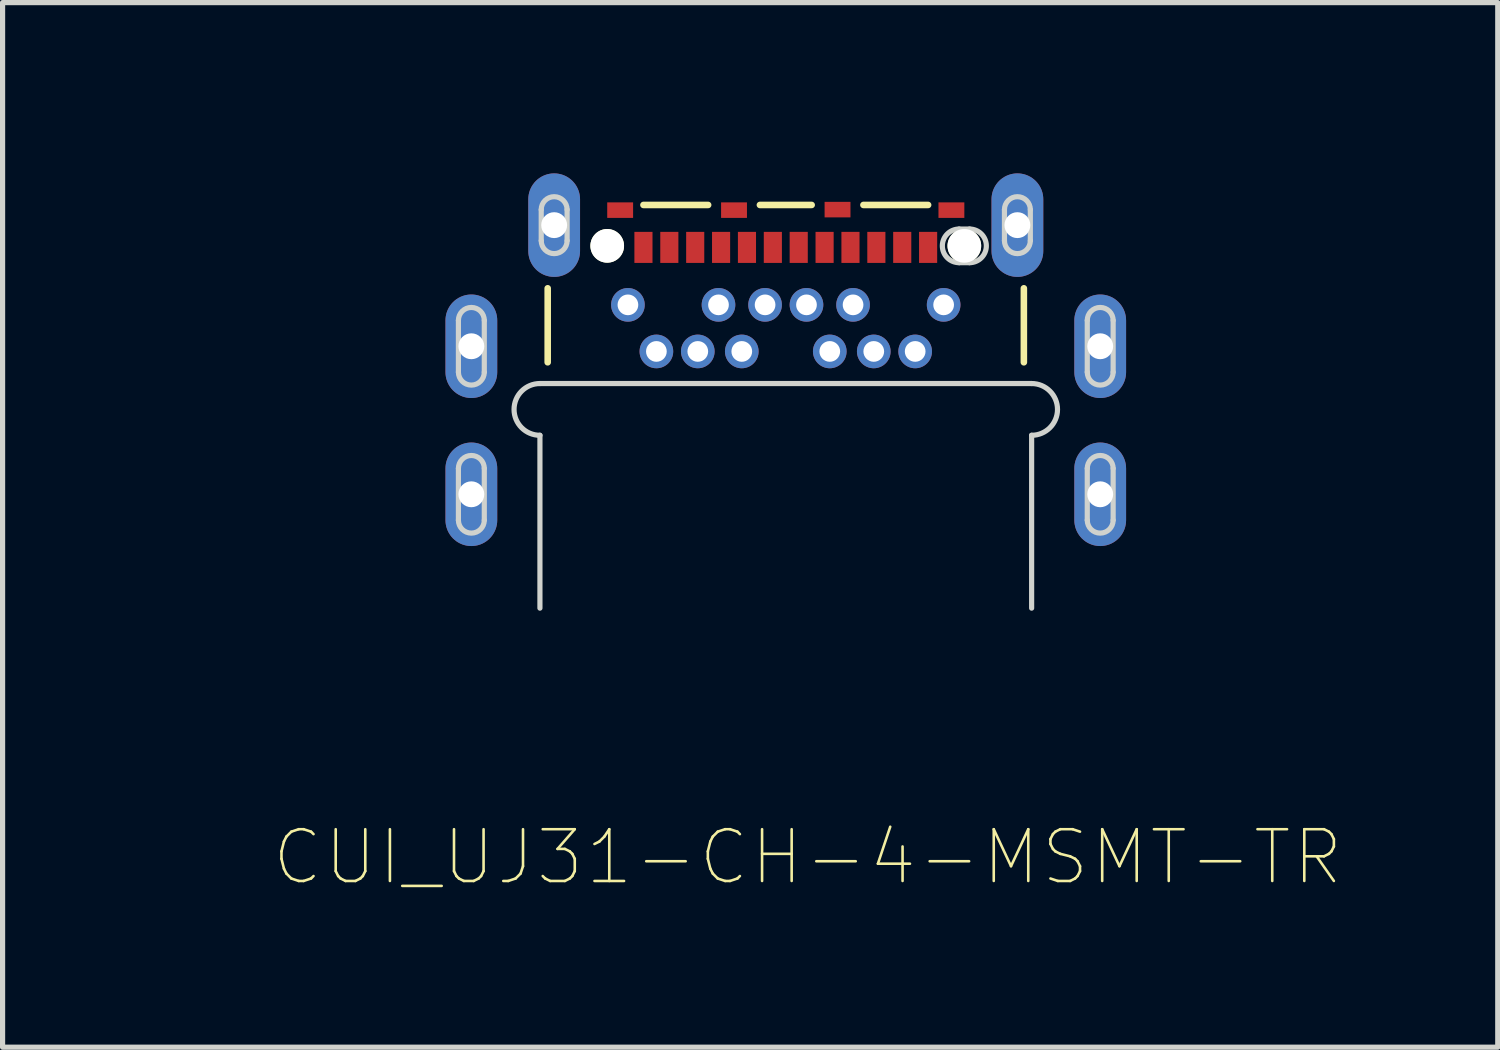
<source format=kicad_pcb>
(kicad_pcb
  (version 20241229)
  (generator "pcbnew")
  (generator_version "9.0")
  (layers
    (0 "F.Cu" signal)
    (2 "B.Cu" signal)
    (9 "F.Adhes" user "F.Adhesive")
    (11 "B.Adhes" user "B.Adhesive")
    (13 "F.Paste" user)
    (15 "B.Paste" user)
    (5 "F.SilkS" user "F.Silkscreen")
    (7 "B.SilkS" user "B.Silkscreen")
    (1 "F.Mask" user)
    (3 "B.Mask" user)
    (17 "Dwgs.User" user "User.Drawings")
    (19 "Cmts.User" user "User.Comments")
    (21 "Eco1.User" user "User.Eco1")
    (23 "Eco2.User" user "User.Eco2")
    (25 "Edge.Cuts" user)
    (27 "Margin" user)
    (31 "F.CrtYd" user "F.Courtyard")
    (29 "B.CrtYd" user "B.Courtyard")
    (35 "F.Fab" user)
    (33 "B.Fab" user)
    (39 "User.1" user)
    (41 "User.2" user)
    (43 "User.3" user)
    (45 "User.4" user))
  (footprint "CUI_UJ31-CH-4-MSMT-TR"
    (layer "F.Cu")
    (at 11.856 3.841)
    (property "Reference" "CUI_UJ31-CH-4-MSMT-TR" (at 0.699 9.67 0) (layer "F.SilkS") (effects (font (size 1 1) (thickness 0.05))))
    (attr through_hole)
    (fp_poly (pts (xy 3.576 -2.566) (xy 3.876 -2.566) (xy 3.898 -2.566) (xy 3.943 -2.561) (xy 3.986 -2.552) (xy 4.029 -2.538) (xy 4.069 -2.52) (xy 4.108 -2.498) (xy 4.144 -2.471) (xy 4.177 -2.442) (xy 4.207 -2.409) (xy 4.233 -2.373) (xy 4.255 -2.334) (xy 4.273 -2.293) (xy 4.287 -2.251) (xy 4.296 -2.207) (xy 4.301 -2.163) (xy 4.301 -2.118) (xy 4.296 -2.074) (xy 4.287 -2.031) (xy 4.273 -1.988) (xy 4.255 -1.948) (xy 4.233 -1.909) (xy 4.207 -1.873) (xy 4.177 -1.84) (xy 4.144 -1.81) (xy 4.108 -1.784) (xy 4.069 -1.762) (xy 4.029 -1.743) (xy 3.986 -1.73) (xy 3.943 -1.72) (xy 3.898 -1.716) (xy 3.876 -1.716) (xy 3.576 -1.716) (xy 3.554 -1.716) (xy 3.509 -1.72) (xy 3.466 -1.73) (xy 3.424 -1.743) (xy 3.383 -1.762) (xy 3.344 -1.784) (xy 3.308 -1.81) (xy 3.275 -1.84) (xy 3.245 -1.873) (xy 3.219 -1.909) (xy 3.197 -1.948) (xy 3.179 -1.988) (xy 3.165 -2.031) (xy 3.156 -2.074) (xy 3.151 -2.118) (xy 3.151 -2.163) (xy 3.156 -2.207) (xy 3.165 -2.251) (xy 3.179 -2.293) (xy 3.197 -2.334) (xy 3.219 -2.373) (xy 3.245 -2.409) (xy 3.275 -2.442) (xy 3.308 -2.471) (xy 3.344 -2.498) (xy 3.383 -2.52) (xy 3.424 -2.538) (xy 3.466 -2.552) (xy 3.509 -2.561) (xy 3.554 -2.566)) (stroke (width 0.05) (type solid)) (fill yes) (layer "F.Mask"))
    (fp_poly (pts (xy -4.574 4.859) (xy -4.574 1.619) (xy -4.603 1.615) (xy -4.659 1.602) (xy -4.714 1.583) (xy -4.766 1.559) (xy -4.816 1.53) (xy -4.864 1.497) (xy -4.907 1.459) (xy -4.947 1.417) (xy -4.983 1.372) (xy -5.015 1.323) (xy -5.041 1.272) (xy -5.063 1.218) (xy -5.079 1.163) (xy -5.09 1.106) (xy -5.096 1.048) (xy -5.096 0.99) (xy -5.09 0.933) (xy -5.079 0.876) (xy -5.063 0.82) (xy -5.041 0.767) (xy -5.015 0.715) (xy -4.983 0.667) (xy -4.947 0.621) (xy -4.907 0.58) (xy -4.864 0.542) (xy -4.816 0.508) (xy -4.766 0.479) (xy -4.714 0.456) (xy -4.659 0.437) (xy -4.603 0.423) (xy -4.574 0.419) (xy 5.126 0.419) (xy 5.155 0.423) (xy 5.211 0.437) (xy 5.266 0.456) (xy 5.318 0.479) (xy 5.369 0.508) (xy 5.416 0.542) (xy 5.46 0.579) (xy 5.5 0.621) (xy 5.535 0.667) (xy 5.567 0.715) (xy 5.593 0.767) (xy 5.615 0.82) (xy 5.631 0.876) (xy 5.642 0.933) (xy 5.648 0.99) (xy 5.648 1.048) (xy 5.642 1.106) (xy 5.631 1.163) (xy 5.615 1.218) (xy 5.593 1.272) (xy 5.567 1.323) (xy 5.535 1.372) (xy 5.5 1.417) (xy 5.46 1.459) (xy 5.416 1.497) (xy 5.369 1.53) (xy 5.318 1.559) (xy 5.266 1.583) (xy 5.211 1.602) (xy 5.155 1.615) (xy 5.126 1.619) (xy 5.126 4.859)) (stroke (width 0.05) (type solid)) (fill yes) (layer "F.Mask"))
    (fp_poly (pts (xy 3.576 -2.566) (xy 3.876 -2.566) (xy 3.898 -2.566) (xy 3.943 -2.561) (xy 3.986 -2.552) (xy 4.029 -2.538) (xy 4.069 -2.52) (xy 4.108 -2.498) (xy 4.144 -2.471) (xy 4.177 -2.442) (xy 4.207 -2.409) (xy 4.233 -2.373) (xy 4.255 -2.334) (xy 4.273 -2.293) (xy 4.287 -2.251) (xy 4.296 -2.207) (xy 4.301 -2.163) (xy 4.301 -2.118) (xy 4.296 -2.074) (xy 4.287 -2.031) (xy 4.273 -1.988) (xy 4.255 -1.948) (xy 4.233 -1.909) (xy 4.207 -1.873) (xy 4.177 -1.84) (xy 4.144 -1.81) (xy 4.108 -1.784) (xy 4.069 -1.762) (xy 4.029 -1.743) (xy 3.986 -1.73) (xy 3.943 -1.72) (xy 3.898 -1.716) (xy 3.876 -1.716) (xy 3.576 -1.716) (xy 3.554 -1.716) (xy 3.509 -1.72) (xy 3.466 -1.73) (xy 3.424 -1.743) (xy 3.383 -1.762) (xy 3.344 -1.784) (xy 3.308 -1.81) (xy 3.275 -1.84) (xy 3.245 -1.873) (xy 3.219 -1.909) (xy 3.197 -1.948) (xy 3.179 -1.988) (xy 3.165 -2.031) (xy 3.156 -2.074) (xy 3.151 -2.118) (xy 3.151 -2.163) (xy 3.156 -2.207) (xy 3.165 -2.251) (xy 3.179 -2.293) (xy 3.197 -2.334) (xy 3.219 -2.373) (xy 3.245 -2.409) (xy 3.275 -2.442) (xy 3.308 -2.471) (xy 3.344 -2.498) (xy 3.383 -2.52) (xy 3.424 -2.538) (xy 3.466 -2.552) (xy 3.509 -2.561) (xy 3.554 -2.566)) (stroke (width 0.05) (type solid)) (fill yes) (layer "B.Mask"))
    (fp_poly (pts (xy -4.574 4.859) (xy -4.574 1.619) (xy -4.603 1.615) (xy -4.659 1.602) (xy -4.714 1.583) (xy -4.766 1.559) (xy -4.816 1.53) (xy -4.864 1.497) (xy -4.907 1.459) (xy -4.947 1.417) (xy -4.983 1.372) (xy -5.015 1.323) (xy -5.041 1.272) (xy -5.063 1.218) (xy -5.079 1.163) (xy -5.09 1.106) (xy -5.096 1.048) (xy -5.096 0.99) (xy -5.09 0.933) (xy -5.079 0.876) (xy -5.063 0.82) (xy -5.041 0.767) (xy -5.015 0.715) (xy -4.983 0.667) (xy -4.947 0.621) (xy -4.907 0.58) (xy -4.864 0.542) (xy -4.816 0.508) (xy -4.766 0.479) (xy -4.714 0.456) (xy -4.659 0.437) (xy -4.603 0.423) (xy -4.574 0.419) (xy 5.126 0.419) (xy 5.155 0.423) (xy 5.211 0.437) (xy 5.266 0.456) (xy 5.318 0.479) (xy 5.369 0.508) (xy 5.416 0.542) (xy 5.46 0.579) (xy 5.5 0.621) (xy 5.535 0.667) (xy 5.567 0.715) (xy 5.593 0.767) (xy 5.615 0.82) (xy 5.631 0.876) (xy 5.642 0.933) (xy 5.648 0.99) (xy 5.648 1.048) (xy 5.642 1.106) (xy 5.631 1.163) (xy 5.615 1.218) (xy 5.593 1.272) (xy 5.567 1.323) (xy 5.535 1.372) (xy 5.5 1.417) (xy 5.46 1.459) (xy 5.416 1.497) (xy 5.369 1.53) (xy 5.318 1.559) (xy 5.266 1.583) (xy 5.211 1.602) (xy 5.155 1.615) (xy 5.126 1.619) (xy 5.126 4.859)) (stroke (width 0.05) (type solid)) (fill yes) (layer "B.Mask"))
    (fp_line (start -4.324 0.109) (end -4.324 -1.321) (stroke (width 0.127) (type solid)) (layer "F.SilkS"))
    (fp_line (start -2.474 -2.931) (end -1.224 -2.931) (stroke (width 0.127) (type solid)) (layer "F.SilkS"))
    (fp_line (start -0.224 -2.931) (end 0.776 -2.931) (stroke (width 0.127) (type solid)) (layer "F.SilkS"))
    (fp_line (start 1.776 -2.931) (end 3.026 -2.931) (stroke (width 0.127) (type solid)) (layer "F.SilkS"))
    (fp_line (start 4.876 -1.321) (end 4.876 0.109) (stroke (width 0.127) (type solid)) (layer "F.SilkS"))
    (fp_line (start -6.549 -1.391) (end -4.974 -1.391) (stroke (width 0.05) (type solid)) (layer "Eco1.User"))
    (fp_line (start -6.549 3.859) (end -6.549 -1.391) (stroke (width 0.05) (type solid)) (layer "Eco1.User"))
    (fp_line (start -4.974 -3.816) (end -3.474 -3.816) (stroke (width 0.05) (type solid)) (layer "Eco1.User"))
    (fp_line (start -4.974 -1.391) (end -4.974 -3.816) (stroke (width 0.05) (type solid)) (layer "Eco1.User"))
    (fp_line (start -4.824 3.859) (end -6.549 3.859) (stroke (width 0.05) (type solid)) (layer "Eco1.User"))
    (fp_line (start -4.824 5.109) (end -4.824 3.859) (stroke (width 0.05) (type solid)) (layer "Eco1.User"))
    (fp_line (start -3.474 -3.816) (end -3.474 -3.181) (stroke (width 0.05) (type solid)) (layer "Eco1.User"))
    (fp_line (start -3.474 -3.181) (end 4.026 -3.181) (stroke (width 0.05) (type solid)) (layer "Eco1.User"))
    (fp_line (start 4.026 -3.816) (end 5.526 -3.816) (stroke (width 0.05) (type solid)) (layer "Eco1.User"))
    (fp_line (start 4.026 -3.181) (end 4.026 -3.816) (stroke (width 0.05) (type solid)) (layer "Eco1.User"))
    (fp_line (start 5.376 3.859) (end 5.376 5.109) (stroke (width 0.05) (type solid)) (layer "Eco1.User"))
    (fp_line (start 5.376 5.109) (end -4.824 5.109) (stroke (width 0.05) (type solid)) (layer "Eco1.User"))
    (fp_line (start 5.526 -3.816) (end 5.526 -1.391) (stroke (width 0.05) (type solid)) (layer "Eco1.User"))
    (fp_line (start 5.526 -1.391) (end 7.101 -1.391) (stroke (width 0.05) (type solid)) (layer "Eco1.User"))
    (fp_line (start 7.101 -1.391) (end 7.101 3.859) (stroke (width 0.05) (type solid)) (layer "Eco1.User"))
    (fp_line (start 7.101 3.859) (end 5.376 3.859) (stroke (width 0.05) (type solid)) (layer "Eco1.User"))
    (fp_line (start -4.474 0.519) (end 5.026 0.519) (stroke (width 0.127) (type solid)) (layer "Eco2.User"))
    (fp_line (start -4.474 1.519) (end -4.474 4.859) (stroke (width 0.127) (type solid)) (layer "Eco2.User"))
    (fp_line (start -4.474 4.859) (end -6.474 4.859) (stroke (width 0.127) (type solid)) (layer "Eco2.User"))
    (fp_line (start -4.324 -2.931) (end -4.324 6.939) (stroke (width 0.127) (type solid)) (layer "Eco2.User"))
    (fp_line (start -4.324 -2.931) (end 4.876 -2.931) (stroke (width 0.127) (type solid)) (layer "Eco2.User"))
    (fp_line (start -4.324 6.939) (end 4.876 6.939) (stroke (width 0.127) (type solid)) (layer "Eco2.User"))
    (fp_line (start 4.876 -2.931) (end 4.876 6.939) (stroke (width 0.127) (type solid)) (layer "Eco2.User"))
    (fp_line (start 5.026 1.519) (end 5.026 4.859) (stroke (width 0.127) (type solid)) (layer "Eco2.User"))
    (fp_line (start 5.026 4.859) (end 7.026 4.859) (stroke (width 0.127) (type solid)) (layer "Eco2.User"))
    (fp_arc (start -4.47396 1.51926) (mid -4.97396 1.01926) (end -4.47396 0.51926) (stroke (width 0.127) (type solid)) (layer "Eco2.User"))
    (fp_arc (start 5.02604 0.51926) (mid 5.52604 1.01926) (end 5.02604 1.51926) (stroke (width 0.127) (type solid)) (layer "Eco2.User"))
    (fp_line (start -6.049 -0.701) (end -6.049 0.299) (stroke (width 0.1) (type solid)) (layer "Edge.Cuts"))
    (fp_line (start -6.049 2.159) (end -6.049 3.159) (stroke (width 0.1) (type solid)) (layer "Edge.Cuts"))
    (fp_line (start -5.549 -0.701) (end -5.549 0.299) (stroke (width 0.1) (type solid)) (layer "Edge.Cuts"))
    (fp_line (start -5.549 2.159) (end -5.549 3.159) (stroke (width 0.1) (type solid)) (layer "Edge.Cuts"))
    (fp_line (start -4.474 0.519) (end 5.026 0.519) (stroke (width 0.1) (type solid)) (layer "Edge.Cuts"))
    (fp_line (start -4.474 1.519) (end -4.474 4.859) (stroke (width 0.1) (type solid)) (layer "Edge.Cuts"))
    (fp_line (start -4.449 -2.841) (end -4.449 -2.241) (stroke (width 0.1) (type solid)) (layer "Edge.Cuts"))
    (fp_line (start -3.949 -2.841) (end -3.949 -2.241) (stroke (width 0.1) (type solid)) (layer "Edge.Cuts"))
    (fp_line (start 3.626 -1.816) (end 3.826 -1.816) (stroke (width 0.1) (type solid)) (layer "Edge.Cuts"))
    (fp_line (start 3.826 -2.466) (end 3.626 -2.466) (stroke (width 0.1) (type solid)) (layer "Edge.Cuts"))
    (fp_line (start 4.501 -2.841) (end 4.501 -2.241) (stroke (width 0.1) (type solid)) (layer "Edge.Cuts"))
    (fp_line (start 5.001 -2.841) (end 5.001 -2.241) (stroke (width 0.1) (type solid)) (layer "Edge.Cuts"))
    (fp_line (start 5.026 1.519) (end 5.026 4.859) (stroke (width 0.1) (type solid)) (layer "Edge.Cuts"))
    (fp_line (start 6.101 -0.701) (end 6.101 0.299) (stroke (width 0.1) (type solid)) (layer "Edge.Cuts"))
    (fp_line (start 6.101 2.159) (end 6.101 3.159) (stroke (width 0.1) (type solid)) (layer "Edge.Cuts"))
    (fp_line (start 6.601 -0.701) (end 6.601 0.299) (stroke (width 0.1) (type solid)) (layer "Edge.Cuts"))
    (fp_line (start 6.601 2.159) (end 6.601 3.159) (stroke (width 0.1) (type solid)) (layer "Edge.Cuts"))
    (fp_arc (start -6.04896 -0.70074) (mid -5.79896 -0.95074) (end -5.54896 -0.70074) (stroke (width 0.1) (type solid)) (layer "Edge.Cuts"))
    (fp_arc (start -6.04896 2.15926) (mid -5.79896 1.90926) (end -5.54896 2.15926) (stroke (width 0.1) (type solid)) (layer "Edge.Cuts"))
    (fp_arc (start -5.54896 0.29926) (mid -5.79896 0.54926) (end -6.04896 0.29926) (stroke (width 0.1) (type solid)) (layer "Edge.Cuts"))
    (fp_arc (start -5.54896 3.15926) (mid -5.79896 3.40926) (end -6.04896 3.15926) (stroke (width 0.1) (type solid)) (layer "Edge.Cuts"))
    (fp_arc (start -4.47396 1.51926) (mid -4.97396 1.01926) (end -4.47396 0.51926) (stroke (width 0.1) (type solid)) (layer "Edge.Cuts"))
    (fp_arc (start -4.44896 -2.84074) (mid -4.19896 -3.09074) (end -3.94896 -2.84074) (stroke (width 0.1) (type solid)) (layer "Edge.Cuts"))
    (fp_arc (start -3.94896 -2.24074) (mid -4.19896 -1.99074) (end -4.44896 -2.24074) (stroke (width 0.1) (type solid)) (layer "Edge.Cuts"))
    (fp_arc (start 3.62604 -1.81574) (mid 3.30104 -2.14074) (end 3.62604 -2.46574) (stroke (width 0.1) (type solid)) (layer "Edge.Cuts"))
    (fp_arc (start 3.82604 -2.46574) (mid 4.15104 -2.14074) (end 3.82604 -1.81574) (stroke (width 0.1) (type solid)) (layer "Edge.Cuts"))
    (fp_arc (start 4.50104 -2.84074) (mid 4.75104 -3.09074) (end 5.00104 -2.84074) (stroke (width 0.1) (type solid)) (layer "Edge.Cuts"))
    (fp_arc (start 5.00104 -2.24074) (mid 4.75104 -1.99074) (end 4.50104 -2.24074) (stroke (width 0.1) (type solid)) (layer "Edge.Cuts"))
    (fp_arc (start 5.02604 0.51926) (mid 5.52604 1.01926) (end 5.02604 1.51926) (stroke (width 0.1) (type solid)) (layer "Edge.Cuts"))
    (fp_arc (start 6.10104 -0.70074) (mid 6.35104 -0.95074) (end 6.60104 -0.70074) (stroke (width 0.1) (type solid)) (layer "Edge.Cuts"))
    (fp_arc (start 6.10104 2.15926) (mid 6.35104 1.90926) (end 6.60104 2.15926) (stroke (width 0.1) (type solid)) (layer "Edge.Cuts"))
    (fp_arc (start 6.60104 0.29926) (mid 6.35104 0.54926) (end 6.10104 0.29926) (stroke (width 0.1) (type solid)) (layer "Edge.Cuts"))
    (fp_arc (start 6.60104 3.15926) (mid 6.35104 3.40926) (end 6.10104 3.15926) (stroke (width 0.1) (type solid)) (layer "Edge.Cuts"))
    (fp_text user "PCB~{EDGE}" (at -8.476 5.612 0) (layer "Edge.Cuts") (effects (font (size 1 1) (thickness 0.05))))
    (fp_text user "PCB~{EDGE}" (at 5.282 5.615 0) (layer "Edge.Cuts") (effects (font (size 1 1) (thickness 0.05))))
    (pad "" np_thru_hole circle (at -3.174 -2.141) (size 0.65 0.65) (drill 0.65) (layers "*.Cu" "*.Mask" "F.SilkS"))
    (pad "" np_thru_hole circle (at 3.726 -2.141) (size 0.65 0.65) (drill 0.65) (layers "*.Cu" "*.Mask" "F.SilkS"))
    (pad "A1" smd rect (at -2.474 -2.111) (size 0.35 0.6) (layers "F.Cu" "F.Mask" "F.Paste"))
    (pad "A2" smd rect (at -1.974 -2.111) (size 0.35 0.6) (layers "F.Cu" "F.Mask" "F.Paste"))
    (pad "A3" smd rect (at -1.474 -2.111) (size 0.35 0.6) (layers "F.Cu" "F.Mask" "F.Paste"))
    (pad "A4" smd rect (at -0.974 -2.111) (size 0.35 0.6) (layers "F.Cu" "F.Mask" "F.Paste"))
    (pad "A5" smd rect (at -0.474 -2.111) (size 0.35 0.6) (layers "F.Cu" "F.Mask" "F.Paste"))
    (pad "A6" smd rect (at 0.026 -2.111) (size 0.35 0.6) (layers "F.Cu" "F.Mask" "F.Paste"))
    (pad "A7" smd rect (at 0.526 -2.111) (size 0.35 0.6) (layers "F.Cu" "F.Mask" "F.Paste"))
    (pad "A8" smd rect (at 1.026 -2.111) (size 0.35 0.6) (layers "F.Cu" "F.Mask" "F.Paste"))
    (pad "A9" smd rect (at 1.526 -2.111) (size 0.35 0.6) (layers "F.Cu" "F.Mask" "F.Paste"))
    (pad "A10" smd rect (at 2.026 -2.111) (size 0.35 0.6) (layers "F.Cu" "F.Mask" "F.Paste"))
    (pad "A11" smd rect (at 2.526 -2.111) (size 0.35 0.6) (layers "F.Cu" "F.Mask" "F.Paste"))
    (pad "A12" smd rect (at 3.026 -2.111) (size 0.35 0.6) (layers "F.Cu" "F.Mask" "F.Paste"))
    (pad "B1" thru_hole circle (at 3.326 -1.001) (size 0.65 0.65) (drill 0.4) (layers "*.Cu" "*.Mask"))
    (pad "B2" thru_hole circle (at 2.776 -0.101) (size 0.65 0.65) (drill 0.4) (layers "*.Cu" "*.Mask"))
    (pad "B3" thru_hole circle (at 1.976 -0.101) (size 0.65 0.65) (drill 0.4) (layers "*.Cu" "*.Mask"))
    (pad "B4" thru_hole circle (at 1.576 -1.001) (size 0.65 0.65) (drill 0.4) (layers "*.Cu" "*.Mask"))
    (pad "B5" thru_hole circle (at 1.126 -0.101) (size 0.65 0.65) (drill 0.4) (layers "*.Cu" "*.Mask"))
    (pad "B6" thru_hole circle (at 0.676 -1.001) (size 0.65 0.65) (drill 0.4) (layers "*.Cu" "*.Mask"))
    (pad "B7" thru_hole circle (at -0.124 -1.001) (size 0.65 0.65) (drill 0.4) (layers "*.Cu" "*.Mask"))
    (pad "B8" thru_hole circle (at -0.574 -0.101) (size 0.65 0.65) (drill 0.4) (layers "*.Cu" "*.Mask"))
    (pad "B9" thru_hole circle (at -1.024 -1.001) (size 0.65 0.65) (drill 0.4) (layers "*.Cu" "*.Mask"))
    (pad "B10" thru_hole circle (at -1.424 -0.101) (size 0.65 0.65) (drill 0.4) (layers "*.Cu" "*.Mask"))
    (pad "B11" thru_hole circle (at -2.224 -0.101) (size 0.65 0.65) (drill 0.4) (layers "*.Cu" "*.Mask"))
    (pad "B12" thru_hole circle (at -2.774 -1.001) (size 0.65 0.65) (drill 0.4) (layers "*.Cu" "*.Mask"))
    (pad "SH1" thru_hole oval (at -4.199 -2.541 90) (size 2 1) (drill 0.5) (layers "*.Cu" "*.Mask"))
    (pad "SH2" thru_hole oval (at 4.751 -2.541 90) (size 2 1) (drill 0.5) (layers "*.Cu" "*.Mask"))
    (pad "SH3" thru_hole oval (at -5.799 -0.201 90) (size 2 1) (drill 0.5) (layers "*.Cu" "*.Mask"))
    (pad "SH4" thru_hole oval (at 6.351 -0.201 90) (size 2 1) (drill 0.5) (layers "*.Cu" "*.Mask"))
    (pad "SH5" thru_hole oval (at -5.799 2.659 90) (size 2 1) (drill 0.5) (layers "*.Cu" "*.Mask"))
    (pad "SH6" thru_hole oval (at 6.351 2.659 90) (size 2 1) (drill 0.5) (layers "*.Cu" "*.Mask"))
    (pad "SH7" smd rect (at -2.924 -2.831) (size 0.5 0.3) (layers "F.Cu" "F.Mask" "F.Paste"))
    (pad "SH8" smd rect (at -0.724 -2.831) (size 0.5 0.3) (layers "F.Cu" "F.Mask" "F.Paste"))
    (pad "SH9" smd rect (at 1.276 -2.841) (size 0.5 0.3) (layers "F.Cu" "F.Mask" "F.Paste"))
    (pad "SH10" smd rect (at 3.476 -2.831) (size 0.5 0.3) (layers "F.Cu" "F.Mask" "F.Paste")))
  (gr_rect
    (start -3 -3)
    (end 25.888 17.183)
    (stroke (width 0.1) (type default))
    (fill no)
    (layer "Edge.Cuts")))
</source>
